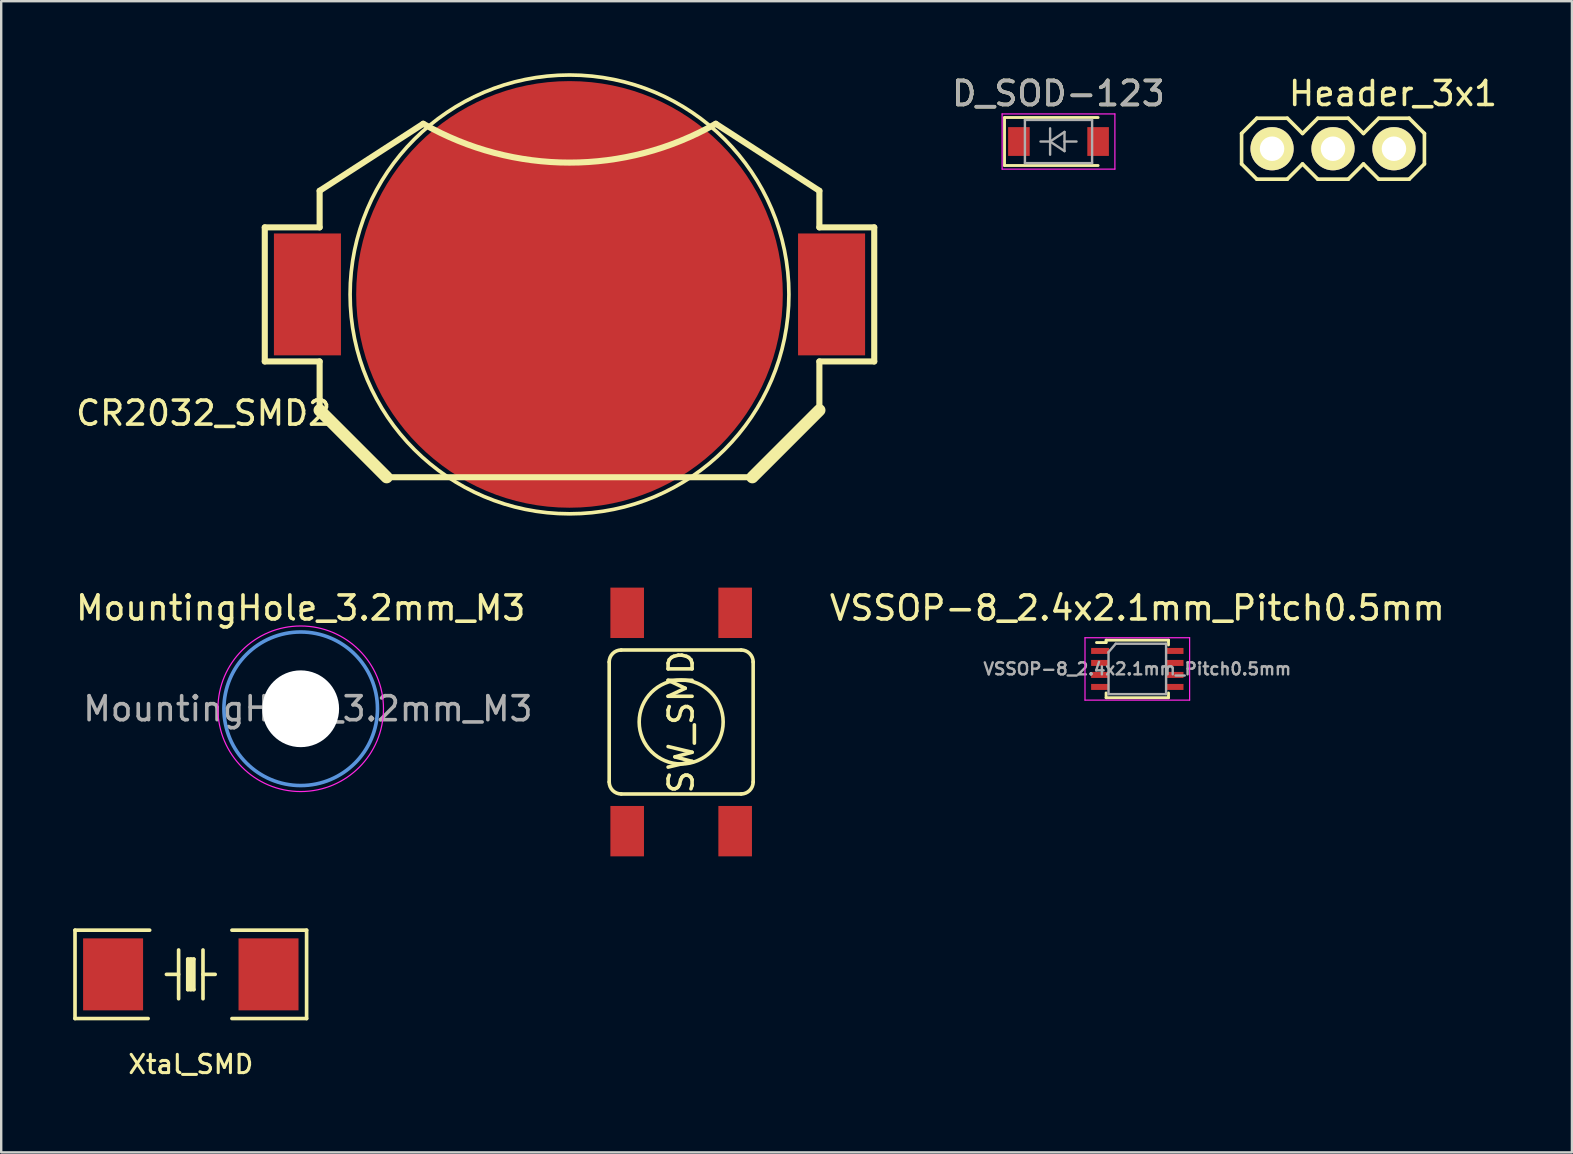
<source format=kicad_pcb>
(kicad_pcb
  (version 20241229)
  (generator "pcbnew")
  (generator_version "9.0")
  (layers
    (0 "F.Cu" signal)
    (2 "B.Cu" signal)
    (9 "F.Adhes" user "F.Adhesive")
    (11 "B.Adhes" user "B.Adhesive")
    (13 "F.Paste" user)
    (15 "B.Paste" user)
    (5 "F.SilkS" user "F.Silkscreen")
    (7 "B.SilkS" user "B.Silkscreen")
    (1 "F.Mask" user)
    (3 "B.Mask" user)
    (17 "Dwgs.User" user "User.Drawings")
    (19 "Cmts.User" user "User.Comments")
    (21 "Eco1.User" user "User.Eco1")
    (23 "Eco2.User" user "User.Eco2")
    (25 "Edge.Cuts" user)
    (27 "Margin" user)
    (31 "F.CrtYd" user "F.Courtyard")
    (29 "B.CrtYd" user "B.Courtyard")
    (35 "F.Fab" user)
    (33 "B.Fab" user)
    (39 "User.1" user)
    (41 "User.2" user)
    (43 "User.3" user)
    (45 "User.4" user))
  (footprint "SW_SMD"
    (layer "F.Cu")
    (at 25.339 27.04)
    (property "Reference" "SW_SMD" (at 0 0 270) (layer "F.SilkS") (effects (font (size 1 1) (thickness 0.15))))
    (attr smd)
    (fp_line (start -3 2.5) (end -3 -2.5) (stroke (width 0.15) (type solid)) (layer "F.SilkS"))
    (fp_line (start -2.5 -3) (end 2.5 -3) (stroke (width 0.15) (type solid)) (layer "F.SilkS"))
    (fp_line (start 2.5 3) (end -2.5 3) (stroke (width 0.15) (type solid)) (layer "F.SilkS"))
    (fp_line (start 3 -2.5) (end 3 2.5) (stroke (width 0.15) (type solid)) (layer "F.SilkS"))
    (fp_arc (start -3 -2.5) (mid -2.853553 -2.853553) (end -2.5 -3) (stroke (width 0.15) (type solid)) (layer "F.SilkS"))
    (fp_arc (start -2.5 3) (mid -2.853553 2.853553) (end -3 2.5) (stroke (width 0.15) (type solid)) (layer "F.SilkS"))
    (fp_arc (start 2.5 -3) (mid 2.853553 -2.853553) (end 3 -2.5) (stroke (width 0.15) (type solid)) (layer "F.SilkS"))
    (fp_arc (start 3 2.5) (mid 2.853553 2.853553) (end 2.5 3) (stroke (width 0.15) (type solid)) (layer "F.SilkS"))
    (fp_circle (center 0 0) (end -1.75 0) (stroke (width 0.15) (type solid)) (fill no) (layer "F.SilkS"))
    (pad "1" smd rect (at -2.25 -4.55 270) (size 2.1 1.4) (layers "F.Cu" "F.Mask" "F.Paste"))
    (pad "2" smd rect (at 2.25 -4.55 270) (size 2.1 1.4) (layers "F.Cu" "F.Mask" "F.Paste"))
    (pad "3" smd rect (at -2.25 4.55 270) (size 2.1 1.4) (layers "F.Cu" "F.Mask" "F.Paste"))
    (pad "4" smd rect (at 2.25 4.55 270) (size 2.1 1.4) (layers "F.Cu" "F.Mask" "F.Paste")))
  (footprint "D_SOD-123"
    (layer "F.Cu")
    (at 41.065 2.848)
    (property "Reference" "D_SOD-123" (at 0 -2 0) (layer "F.SilkS") (effects (font (size 1 1) (thickness 0.15))))
    (attr smd)
    (fp_line (start -2.25 -1) (end -2.25 1) (stroke (width 0.12) (type solid)) (layer "F.SilkS"))
    (fp_line (start -2.25 -1) (end 1.65 -1) (stroke (width 0.12) (type solid)) (layer "F.SilkS"))
    (fp_line (start -2.25 1) (end 1.65 1) (stroke (width 0.12) (type solid)) (layer "F.SilkS"))
    (fp_line (start -2.35 -1.15) (end -2.35 1.15) (stroke (width 0.05) (type solid)) (layer "F.CrtYd"))
    (fp_line (start -2.35 -1.15) (end 2.35 -1.15) (stroke (width 0.05) (type solid)) (layer "F.CrtYd"))
    (fp_line (start 2.35 -1.15) (end 2.35 1.15) (stroke (width 0.05) (type solid)) (layer "F.CrtYd"))
    (fp_line (start 2.35 1.15) (end -2.35 1.15) (stroke (width 0.05) (type solid)) (layer "F.CrtYd"))
    (fp_line (start -1.4 -0.9) (end 1.4 -0.9) (stroke (width 0.1) (type solid)) (layer "F.Fab"))
    (fp_line (start -1.4 0.9) (end -1.4 -0.9) (stroke (width 0.1) (type solid)) (layer "F.Fab"))
    (fp_line (start -0.75 0) (end -0.35 0) (stroke (width 0.1) (type solid)) (layer "F.Fab"))
    (fp_line (start -0.35 0) (end -0.35 -0.55) (stroke (width 0.1) (type solid)) (layer "F.Fab"))
    (fp_line (start -0.35 0) (end -0.35 0.55) (stroke (width 0.1) (type solid)) (layer "F.Fab"))
    (fp_line (start -0.35 0) (end 0.25 -0.4) (stroke (width 0.1) (type solid)) (layer "F.Fab"))
    (fp_line (start 0.25 -0.4) (end 0.25 0.4) (stroke (width 0.1) (type solid)) (layer "F.Fab"))
    (fp_line (start 0.25 0) (end 0.75 0) (stroke (width 0.1) (type solid)) (layer "F.Fab"))
    (fp_line (start 0.25 0.4) (end -0.35 0) (stroke (width 0.1) (type solid)) (layer "F.Fab"))
    (fp_line (start 1.4 -0.9) (end 1.4 0.9) (stroke (width 0.1) (type solid)) (layer "F.Fab"))
    (fp_line (start 1.4 0.9) (end -1.4 0.9) (stroke (width 0.1) (type solid)) (layer "F.Fab"))
    (fp_text user "${REFERENCE}" (at 0 -2 0) (layer "F.Fab") (effects (font (size 1 1) (thickness 0.15))))
    (pad "1" smd rect (at 1.65 0) (size 0.9 1.2) (layers "F.Cu" "F.Mask" "F.Paste"))
    (pad "2" smd rect (at -1.65 0) (size 0.9 1.2) (layers "F.Cu" "F.Mask" "F.Paste")))
  (footprint "Header_3x1"
    (layer "F.Cu")
    (at 52.505 3.148)
    (property "Reference" "Header_3x1" (at 2.5 -2.3 0) (layer "F.SilkS") (effects (font (size 1 1) (thickness 0.15))))
    (attr smd)
    (fp_line (start -3.81 -0.635) (end -3.81 0.635) (stroke (width 0.15) (type solid)) (layer "F.SilkS"))
    (fp_line (start -3.81 0.635) (end -3.175 1.27) (stroke (width 0.152) (type solid)) (layer "F.SilkS"))
    (fp_line (start -3.175 -1.27) (end -3.81 -0.635) (stroke (width 0.152) (type solid)) (layer "F.SilkS"))
    (fp_line (start -3.175 1.27) (end -1.905 1.27) (stroke (width 0.152) (type solid)) (layer "F.SilkS"))
    (fp_line (start -1.905 -1.27) (end -3.175 -1.27) (stroke (width 0.152) (type solid)) (layer "F.SilkS"))
    (fp_line (start -1.905 1.27) (end -1.27 0.635) (stroke (width 0.152) (type solid)) (layer "F.SilkS"))
    (fp_line (start -1.27 -0.635) (end -1.905 -1.27) (stroke (width 0.152) (type solid)) (layer "F.SilkS"))
    (fp_line (start -1.27 0.635) (end -0.635 1.27) (stroke (width 0.152) (type solid)) (layer "F.SilkS"))
    (fp_line (start -0.635 -1.27) (end -1.27 -0.635) (stroke (width 0.152) (type solid)) (layer "F.SilkS"))
    (fp_line (start -0.635 1.27) (end 0.635 1.27) (stroke (width 0.152) (type solid)) (layer "F.SilkS"))
    (fp_line (start 0.635 -1.27) (end -0.635 -1.27) (stroke (width 0.152) (type solid)) (layer "F.SilkS"))
    (fp_line (start 0.635 1.27) (end 1.27 0.635) (stroke (width 0.152) (type solid)) (layer "F.SilkS"))
    (fp_line (start 1.27 -0.635) (end 0.635 -1.27) (stroke (width 0.152) (type solid)) (layer "F.SilkS"))
    (fp_line (start 1.27 0.635) (end 1.905 1.27) (stroke (width 0.152) (type solid)) (layer "F.SilkS"))
    (fp_line (start 1.905 -1.27) (end 1.27 -0.635) (stroke (width 0.152) (type solid)) (layer "F.SilkS"))
    (fp_line (start 1.905 1.27) (end 3.175 1.27) (stroke (width 0.152) (type solid)) (layer "F.SilkS"))
    (fp_line (start 3.175 -1.27) (end 1.905 -1.27) (stroke (width 0.152) (type solid)) (layer "F.SilkS"))
    (fp_line (start 3.175 1.27) (end 3.81 0.635) (stroke (width 0.152) (type solid)) (layer "F.SilkS"))
    (fp_line (start 3.81 -0.635) (end 3.175 -1.27) (stroke (width 0.152) (type solid)) (layer "F.SilkS"))
    (fp_line (start 3.81 0.635) (end 3.81 -0.635) (stroke (width 0.152) (type solid)) (layer "F.SilkS"))
    (pad "1" thru_hole circle (at -2.54 0) (size 1.8 1.8) (drill 1.02) (layers "*.Cu" "*.Mask" "F.SilkS"))
    (pad "2" thru_hole circle (at 0 0) (size 1.8 1.8) (drill 1.02) (layers "*.Cu" "*.Mask" "F.SilkS"))
    (pad "3" thru_hole circle (at 2.54 0) (size 1.8 1.8) (drill 1.02) (layers "*.Cu" "*.Mask" "F.SilkS")))
  (footprint "Xtal_SMD"
    (layer "F.Cu")
    (at 4.902 37.558)
    (property "Reference" "Xtal_SMD" (at 0 3.75 0) (layer "F.SilkS") (effects (font (size 0.762 0.762) (thickness 0.127))))
    (attr smd)
    (fp_line (start -4.826 -1.841) (end -4.826 1.841) (stroke (width 0.152) (type solid)) (layer "F.SilkS"))
    (fp_line (start -4.826 1.841) (end -1.778 1.841) (stroke (width 0.152) (type solid)) (layer "F.SilkS"))
    (fp_line (start -1.714 -1.841) (end -4.826 -1.841) (stroke (width 0.152) (type solid)) (layer "F.SilkS"))
    (fp_line (start -0.508 -1.016) (end -0.508 1.016) (stroke (width 0.152) (type solid)) (layer "F.SilkS"))
    (fp_line (start -0.508 0) (end -1.016 0) (stroke (width 0.152) (type solid)) (layer "F.SilkS"))
    (fp_line (start -0.127 -0.635) (end -0.127 0.635) (stroke (width 0.152) (type solid)) (layer "F.SilkS"))
    (fp_line (start -0.127 -0.635) (end 0.127 -0.635) (stroke (width 0.152) (type solid)) (layer "F.SilkS"))
    (fp_line (start 0 -0.635) (end 0 0.635) (stroke (width 0.152) (type solid)) (layer "F.SilkS"))
    (fp_line (start 0.127 -0.635) (end 0.127 0.635) (stroke (width 0.152) (type solid)) (layer "F.SilkS"))
    (fp_line (start 0.127 0.635) (end -0.127 0.635) (stroke (width 0.152) (type solid)) (layer "F.SilkS"))
    (fp_line (start 0.508 0) (end 1.016 0) (stroke (width 0.152) (type solid)) (layer "F.SilkS"))
    (fp_line (start 0.508 1.016) (end 0.508 -1.016) (stroke (width 0.152) (type solid)) (layer "F.SilkS"))
    (fp_line (start 1.714 -1.841) (end 4.826 -1.841) (stroke (width 0.152) (type solid)) (layer "F.SilkS"))
    (fp_line (start 4.826 -1.841) (end 4.826 1.841) (stroke (width 0.152) (type solid)) (layer "F.SilkS"))
    (fp_line (start 4.826 1.841) (end 1.714 1.841) (stroke (width 0.152) (type solid)) (layer "F.SilkS"))
    (pad "1" smd rect (at 3.239 0) (size 2.5 3) (layers "F.Cu" "F.Mask" "F.Paste"))
    (pad "2" smd rect (at -3.239 0) (size 2.5 3) (layers "F.Cu" "F.Mask" "F.Paste")))
  (footprint "CR2032_SMD2"
    (layer "F.Cu")
    (at 20.685 9.22)
    (property "Reference" "CR2032_SMD2" (at -15.25 4.95 0) (layer "F.SilkS") (effects (font (size 1 1) (thickness 0.15))))
    (attr smd)
    (fp_line (start -12.7 -2.794) (end -10.414 -2.794) (stroke (width 0.254) (type solid)) (layer "F.SilkS"))
    (fp_line (start -12.7 2.794) (end -12.7 -2.794) (stroke (width 0.254) (type solid)) (layer "F.SilkS"))
    (fp_line (start -10.414 -4.318) (end -6.096 -7.112) (stroke (width 0.254) (type solid)) (layer "F.SilkS"))
    (fp_line (start -10.414 -2.794) (end -10.414 -4.318) (stroke (width 0.254) (type solid)) (layer "F.SilkS"))
    (fp_line (start -10.414 2.794) (end -12.7 2.794) (stroke (width 0.254) (type solid)) (layer "F.SilkS"))
    (fp_line (start -10.414 4.826) (end -10.414 2.794) (stroke (width 0.254) (type solid)) (layer "F.SilkS"))
    (fp_line (start -7.62 7.62) (end -10.414 4.826) (stroke (width 0.508) (type solid)) (layer "F.SilkS"))
    (fp_line (start 7.62 7.62) (end -7.62 7.62) (stroke (width 0.254) (type solid)) (layer "F.SilkS"))
    (fp_line (start 7.62 7.62) (end 10.414 4.826) (stroke (width 0.508) (type solid)) (layer "F.SilkS"))
    (fp_line (start 10.414 -4.318) (end 6.096 -7.112) (stroke (width 0.254) (type solid)) (layer "F.SilkS"))
    (fp_line (start 10.414 -2.794) (end 10.414 -4.318) (stroke (width 0.254) (type solid)) (layer "F.SilkS"))
    (fp_line (start 10.414 2.794) (end 10.414 4.826) (stroke (width 0.254) (type solid)) (layer "F.SilkS"))
    (fp_line (start 10.414 2.794) (end 12.7 2.794) (stroke (width 0.254) (type solid)) (layer "F.SilkS"))
    (fp_line (start 12.7 -2.794) (end 10.414 -2.794) (stroke (width 0.254) (type solid)) (layer "F.SilkS"))
    (fp_line (start 12.7 2.794) (end 12.7 -2.794) (stroke (width 0.254) (type solid)) (layer "F.SilkS"))
    (fp_arc (start 6.096 -7.112) (mid 0 -5.493119) (end -6.096 -7.112) (stroke (width 0.254) (type solid)) (layer "F.SilkS"))
    (fp_circle (center 0 0) (end 0 -9.144) (stroke (width 0.152) (type solid)) (fill no) (layer "F.SilkS"))
    (pad "1" smd rect (at -10.922 0) (size 2.794 5.08) (layers "F.Cu" "F.Mask" "F.Paste"))
    (pad "1" smd rect (at 10.922 0) (size 2.794 5.08) (layers "F.Cu" "F.Mask" "F.Paste"))
    (pad "2" smd circle (at 0 0) (size 17.78 17.78) (layers "F.Cu" "F.Mask" "F.Paste")))
  (footprint "VSSOP-8_2.4x2.1mm_Pitch0.5mm"
    (layer "F.Cu")
    (at 44.349 24.829)
    (property "Reference" "VSSOP-8_2.4x2.1mm_Pitch0.5mm" (at 0 -2.54 0) (layer "F.SilkS") (effects (font (size 1 1) (thickness 0.15))))
    (attr smd)
    (fp_line (start -1.3 -1.2) (end -1.3 -1.1) (stroke (width 0.12) (type solid)) (layer "F.SilkS"))
    (fp_line (start -1.3 -1.1) (end -1.7 -1.1) (stroke (width 0.12) (type solid)) (layer "F.SilkS"))
    (fp_line (start -1.3 1.2) (end -1.3 1) (stroke (width 0.12) (type solid)) (layer "F.SilkS"))
    (fp_line (start -1.3 1.2) (end 1.3 1.2) (stroke (width 0.12) (type solid)) (layer "F.SilkS"))
    (fp_line (start 1.3 -1.2) (end -1.3 -1.2) (stroke (width 0.12) (type solid)) (layer "F.SilkS"))
    (fp_line (start 1.3 -1) (end 1.3 -1.2) (stroke (width 0.12) (type solid)) (layer "F.SilkS"))
    (fp_line (start 1.3 1.2) (end 1.3 1) (stroke (width 0.12) (type solid)) (layer "F.SilkS"))
    (fp_line (start -2.18 -1.3) (end 2.18 -1.3) (stroke (width 0.05) (type solid)) (layer "F.CrtYd"))
    (fp_line (start -2.18 1.3) (end -2.18 -1.3) (stroke (width 0.05) (type solid)) (layer "F.CrtYd"))
    (fp_line (start 2.18 -1.3) (end 2.18 1.3) (stroke (width 0.05) (type solid)) (layer "F.CrtYd"))
    (fp_line (start 2.18 1.3) (end -2.18 1.3) (stroke (width 0.05) (type solid)) (layer "F.CrtYd"))
    (fp_line (start -1.2 -0.7) (end -1.2 1.05) (stroke (width 0.1) (type solid)) (layer "F.Fab"))
    (fp_line (start -1.2 1.05) (end 1.2 1.05) (stroke (width 0.1) (type solid)) (layer "F.Fab"))
    (fp_line (start -0.9 -1.05) (end -1.2 -0.7) (stroke (width 0.1) (type solid)) (layer "F.Fab"))
    (fp_line (start 1.2 -1.05) (end -0.9 -1.05) (stroke (width 0.1) (type solid)) (layer "F.Fab"))
    (fp_line (start 1.2 1.05) (end 1.2 -1.05) (stroke (width 0.1) (type solid)) (layer "F.Fab"))
    (fp_text user "${REFERENCE}" (at 0 0 0) (layer "F.Fab") (effects (font (size 0.5 0.5) (thickness 0.1))))
    (pad "1" smd rect (at -1.55 -0.75) (size 0.75 0.25) (layers "F.Cu" "F.Mask" "F.Paste"))
    (pad "2" smd rect (at -1.55 -0.25) (size 0.75 0.25) (layers "F.Cu" "F.Mask" "F.Paste"))
    (pad "3" smd rect (at -1.55 0.25) (size 0.75 0.25) (layers "F.Cu" "F.Mask" "F.Paste"))
    (pad "4" smd rect (at -1.55 0.75) (size 0.75 0.25) (layers "F.Cu" "F.Mask" "F.Paste"))
    (pad "5" smd rect (at 1.55 0.75) (size 0.75 0.25) (layers "F.Cu" "F.Mask" "F.Paste"))
    (pad "6" smd rect (at 1.55 0.25) (size 0.75 0.25) (layers "F.Cu" "F.Mask" "F.Paste"))
    (pad "7" smd rect (at 1.55 -0.25) (size 0.75 0.25) (layers "F.Cu" "F.Mask" "F.Paste"))
    (pad "8" smd rect (at 1.55 -0.75) (size 0.75 0.25) (layers "F.Cu" "F.Mask" "F.Paste")))
  (footprint "MountingHole_3.2mm_M3"
    (layer "F.Cu")
    (at 9.482 26.489)
    (property "Reference" "MountingHole_3.2mm_M3" (at 0 -4.2 0) (layer "F.SilkS") (effects (font (size 1 1) (thickness 0.15))))
    (attr exclude_from_pos_files exclude_from_bom)
    (fp_circle (center 0 0) (end 3.2 0) (stroke (width 0.15) (type solid)) (fill no) (layer "Cmts.User"))
    (fp_circle (center 0 0) (end 3.45 0) (stroke (width 0.05) (type solid)) (fill no) (layer "F.CrtYd"))
    (fp_text user "${REFERENCE}" (at 0.3 0 0) (layer "F.Fab") (effects (font (size 1 1) (thickness 0.15))))
    (pad "" np_thru_hole circle (at 0 0) (size 3.2 3.2) (drill 3.2) (layers "*.Cu" "*.Mask")))
  (gr_rect
    (start -3 -3)
    (end 62.463 44.977)
    (stroke (width 0.1) (type default))
    (fill no)
    (layer "Edge.Cuts")))
</source>
